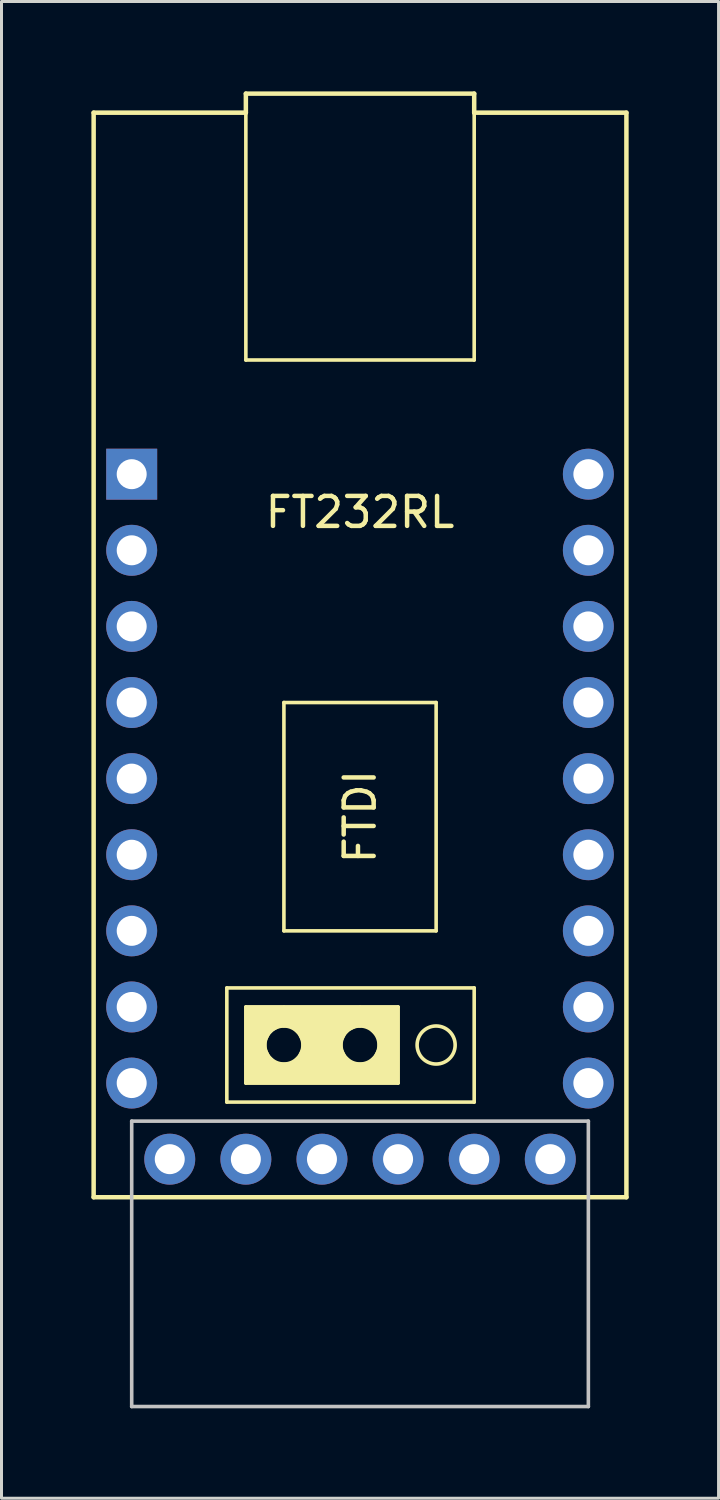
<source format=kicad_pcb>
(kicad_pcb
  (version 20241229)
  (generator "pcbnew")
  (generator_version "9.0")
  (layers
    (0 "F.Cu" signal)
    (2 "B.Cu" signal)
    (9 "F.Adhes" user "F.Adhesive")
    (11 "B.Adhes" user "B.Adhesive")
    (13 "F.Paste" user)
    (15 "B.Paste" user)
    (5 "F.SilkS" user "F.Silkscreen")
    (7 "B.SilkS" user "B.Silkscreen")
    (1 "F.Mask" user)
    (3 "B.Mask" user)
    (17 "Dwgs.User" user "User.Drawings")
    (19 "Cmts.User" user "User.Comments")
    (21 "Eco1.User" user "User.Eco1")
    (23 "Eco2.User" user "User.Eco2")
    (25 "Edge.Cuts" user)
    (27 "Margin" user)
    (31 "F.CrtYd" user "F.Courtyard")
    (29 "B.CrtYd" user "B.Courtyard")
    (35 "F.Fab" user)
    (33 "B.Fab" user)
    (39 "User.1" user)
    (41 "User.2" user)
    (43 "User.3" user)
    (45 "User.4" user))
  (footprint "FT232RL"
    (layer "F.Cu")
    (at 8.965 22.935)
    (property "Reference" "FT232RL" (at 0 -8.89 180) (layer "F.SilkS") (effects (font (size 1 1) (thickness 0.15))))
    (attr through_hole)
    (fp_line (start -8.89 -22.225) (end -8.89 13.97) (stroke (width 0.15) (type solid)) (layer "F.SilkS"))
    (fp_line (start -8.89 -22.225) (end -3.81 -22.225) (stroke (width 0.15) (type solid)) (layer "F.SilkS"))
    (fp_line (start -8.89 13.97) (end 8.89 13.97) (stroke (width 0.15) (type solid)) (layer "F.SilkS"))
    (fp_line (start -4.445 6.985) (end 3.81 6.985) (stroke (width 0.12) (type solid)) (layer "F.SilkS"))
    (fp_line (start -4.445 10.795) (end -4.445 6.985) (stroke (width 0.12) (type solid)) (layer "F.SilkS"))
    (fp_line (start -3.81 -22.86) (end 3.81 -22.86) (stroke (width 0.15) (type solid)) (layer "F.SilkS"))
    (fp_line (start -3.81 -22.225) (end -3.81 -22.86) (stroke (width 0.15) (type solid)) (layer "F.SilkS"))
    (fp_line (start -3.81 -13.97) (end -3.81 -22.225) (stroke (width 0.12) (type solid)) (layer "F.SilkS"))
    (fp_line (start -3.81 7.62) (end -3.81 10.16) (stroke (width 0.12) (type solid)) (layer "F.SilkS"))
    (fp_line (start -3.81 10.16) (end 1.27 10.16) (stroke (width 0.12) (type solid)) (layer "F.SilkS"))
    (fp_line (start -2.54 -2.54) (end -2.54 5.08) (stroke (width 0.12) (type solid)) (layer "F.SilkS"))
    (fp_line (start -2.54 5.08) (end 2.54 5.08) (stroke (width 0.12) (type solid)) (layer "F.SilkS"))
    (fp_line (start 1.27 7.62) (end -3.81 7.62) (stroke (width 0.12) (type solid)) (layer "F.SilkS"))
    (fp_line (start 1.27 10.16) (end 1.27 7.62) (stroke (width 0.12) (type solid)) (layer "F.SilkS"))
    (fp_line (start 2.54 -2.54) (end -2.54 -2.54) (stroke (width 0.12) (type solid)) (layer "F.SilkS"))
    (fp_line (start 2.54 5.08) (end 2.54 -2.54) (stroke (width 0.12) (type solid)) (layer "F.SilkS"))
    (fp_line (start 3.81 -22.86) (end 3.81 -22.225) (stroke (width 0.15) (type solid)) (layer "F.SilkS"))
    (fp_line (start 3.81 -22.225) (end 3.81 -13.97) (stroke (width 0.12) (type solid)) (layer "F.SilkS"))
    (fp_line (start 3.81 -22.225) (end 8.89 -22.225) (stroke (width 0.15) (type solid)) (layer "F.SilkS"))
    (fp_line (start 3.81 -13.97) (end -3.81 -13.97) (stroke (width 0.12) (type solid)) (layer "F.SilkS"))
    (fp_line (start 3.81 6.985) (end 3.81 10.795) (stroke (width 0.12) (type solid)) (layer "F.SilkS"))
    (fp_line (start 3.81 10.795) (end -4.445 10.795) (stroke (width 0.12) (type solid)) (layer "F.SilkS"))
    (fp_line (start 8.89 13.97) (end 8.89 -22.225) (stroke (width 0.15) (type solid)) (layer "F.SilkS"))
    (fp_circle (center -2.54 8.89) (end -1.905 8.89) (stroke (width 0.12) (type solid)) (fill no) (layer "F.SilkS"))
    (fp_circle (center 0 8.89) (end 0 8.255) (stroke (width 0.12) (type solid)) (fill no) (layer "F.SilkS"))
    (fp_circle (center 2.54 8.89) (end 3.175 8.89) (stroke (width 0.12) (type solid)) (fill no) (layer "F.SilkS"))
    (fp_poly (pts (xy -2.54 8.255) (xy -2.692 8.255) (xy -2.921 8.382) (xy -3.048 8.509) (xy -3.175 8.763) (xy -3.175 9.017) (xy -3.048 9.271) (xy -2.794 9.525) (xy -3.81 9.525) (xy -3.81 7.62) (xy -2.54 7.62)) (stroke (width 0.1) (type solid)) (fill yes) (layer "F.SilkS"))
    (fp_poly (pts (xy 1.27 10.16) (xy -3.81 10.16) (xy -3.81 9.525) (xy 0.254 9.525) (xy 0.508 9.271) (xy 0.635 9.017) (xy 0.635 8.763) (xy 0.635 8.636) (xy 0.381 8.382) (xy 0.33 8.28) (xy 0.178 8.23) (xy 0 8.255) (xy 0 7.62) (xy 1.27 7.62)) (stroke (width 0.1) (type solid)) (fill yes) (layer "F.SilkS"))
    (fp_poly (pts (xy 0 8.255) (xy -0.127 8.255) (xy -0.381 8.382) (xy -0.508 8.509) (xy -0.635 8.763) (xy -0.635 9.017) (xy -0.508 9.271) (xy -0.254 9.525) (xy -2.286 9.525) (xy -2.032 9.271) (xy -1.905 9.017) (xy -1.905 8.763) (xy -2.032 8.509) (xy -2.159 8.382) (xy -2.286 8.255) (xy -2.413 8.255) (xy -2.54 8.255) (xy -2.54 7.62) (xy 0 7.62)) (stroke (width 0.1) (type solid)) (fill yes) (layer "F.SilkS"))
    (fp_line (start -7.62 11.43) (end -7.62 20.955) (stroke (width 0.12) (type solid)) (layer "Dwgs.User"))
    (fp_line (start -7.62 20.955) (end 7.62 20.955) (stroke (width 0.12) (type solid)) (layer "Dwgs.User"))
    (fp_line (start 7.62 11.43) (end -7.62 11.43) (stroke (width 0.12) (type solid)) (layer "Dwgs.User"))
    (fp_line (start 7.62 20.955) (end 7.62 11.43) (stroke (width 0.12) (type solid)) (layer "Dwgs.User"))
    (fp_text user "FTDI" (at 0 1.27 270) (layer "F.SilkS") (effects (font (size 1 1) (thickness 0.15))))
    (pad "1" thru_hole rect (at -7.62 -10.16) (size 1.7 1.7) (drill 1) (layers "*.Cu" "*.Mask"))
    (pad "2" thru_hole circle (at -7.62 -7.62) (size 1.7 1.7) (drill 1) (layers "*.Cu" "*.Mask"))
    (pad "3" thru_hole circle (at -7.62 -5.08) (size 1.7 1.7) (drill 1) (layers "*.Cu" "*.Mask"))
    (pad "4" thru_hole circle (at -7.62 -2.54) (size 1.7 1.7) (drill 1) (layers "*.Cu" "*.Mask"))
    (pad "5" thru_hole circle (at -7.62 0) (size 1.7 1.7) (drill 1) (layers "*.Cu" "*.Mask"))
    (pad "6" thru_hole circle (at -7.62 2.54) (size 1.7 1.7) (drill 1) (layers "*.Cu" "*.Mask"))
    (pad "7" thru_hole circle (at -7.62 5.08) (size 1.7 1.7) (drill 1) (layers "*.Cu" "*.Mask"))
    (pad "8" thru_hole circle (at -7.62 7.62) (size 1.7 1.7) (drill 1) (layers "*.Cu" "*.Mask"))
    (pad "9" thru_hole circle (at -7.62 10.16) (size 1.7 1.7) (drill 1) (layers "*.Cu" "*.Mask"))
    (pad "10" thru_hole circle (at -6.35 12.7) (size 1.7 1.7) (drill 1) (layers "*.Cu" "*.Mask"))
    (pad "11" thru_hole circle (at -3.81 12.7) (size 1.7 1.7) (drill 1) (layers "*.Cu" "*.Mask"))
    (pad "12" thru_hole circle (at -1.27 12.7) (size 1.7 1.7) (drill 1) (layers "*.Cu" "*.Mask"))
    (pad "13" thru_hole circle (at 1.27 12.7) (size 1.7 1.7) (drill 1) (layers "*.Cu" "*.Mask"))
    (pad "14" thru_hole circle (at 3.81 12.7) (size 1.7 1.7) (drill 1) (layers "*.Cu" "*.Mask"))
    (pad "15" thru_hole circle (at 6.35 12.7) (size 1.7 1.7) (drill 1) (layers "*.Cu" "*.Mask"))
    (pad "16" thru_hole circle (at 7.62 10.16) (size 1.7 1.7) (drill 1) (layers "*.Cu" "*.Mask"))
    (pad "17" thru_hole circle (at 7.62 7.62) (size 1.7 1.7) (drill 1) (layers "*.Cu" "*.Mask"))
    (pad "18" thru_hole circle (at 7.62 5.08) (size 1.7 1.7) (drill 1) (layers "*.Cu" "*.Mask"))
    (pad "19" thru_hole circle (at 7.62 2.54) (size 1.7 1.7) (drill 1) (layers "*.Cu" "*.Mask"))
    (pad "20" thru_hole circle (at 7.62 0) (size 1.7 1.7) (drill 1) (layers "*.Cu" "*.Mask"))
    (pad "21" thru_hole circle (at 7.62 -2.54) (size 1.7 1.7) (drill 1) (layers "*.Cu" "*.Mask"))
    (pad "22" thru_hole circle (at 7.62 -5.08) (size 1.7 1.7) (drill 1) (layers "*.Cu" "*.Mask"))
    (pad "23" thru_hole circle (at 7.62 -7.62) (size 1.7 1.7) (drill 1) (layers "*.Cu" "*.Mask"))
    (pad "24" thru_hole circle (at 7.62 -10.16) (size 1.7 1.7) (drill 1) (layers "*.Cu" "*.Mask")))
  (gr_rect
    (start -3 -3)
    (end 20.93 46.95)
    (stroke (width 0.1) (type default))
    (fill no)
    (layer "Edge.Cuts")))
</source>
